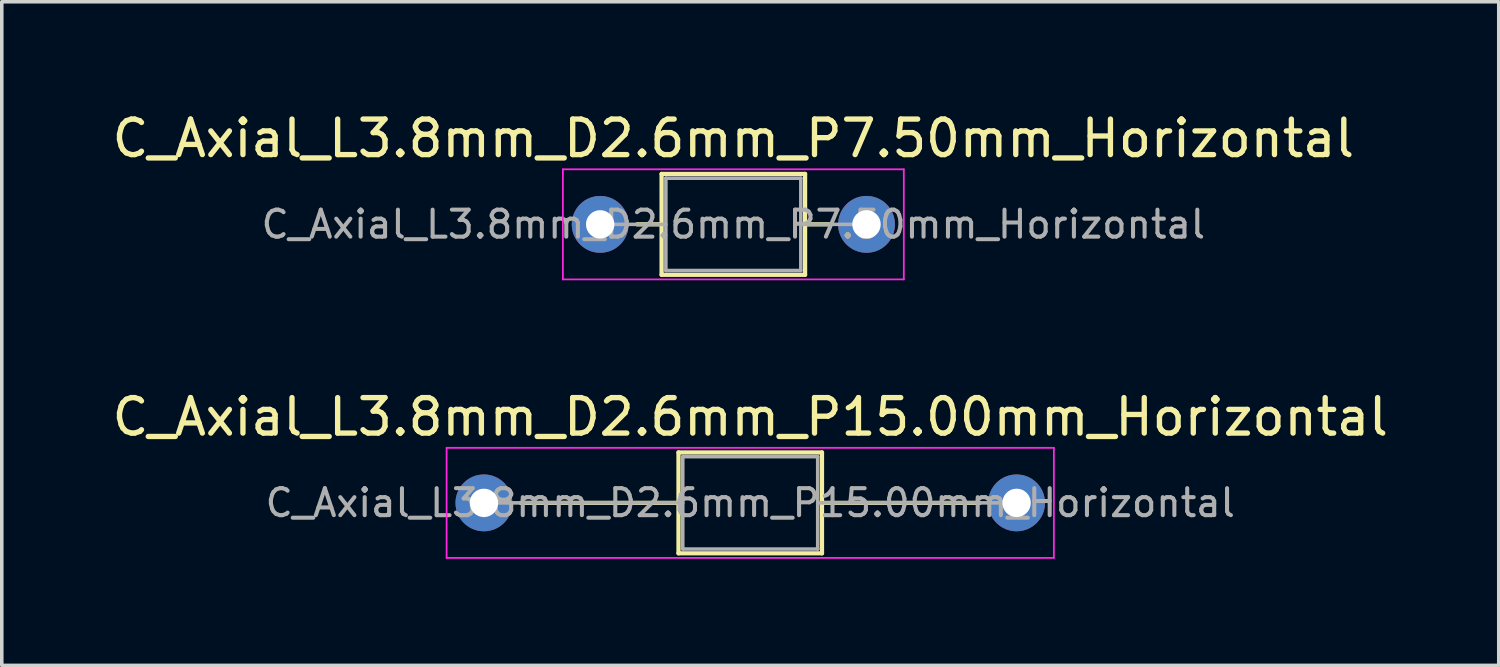
<source format=kicad_pcb>
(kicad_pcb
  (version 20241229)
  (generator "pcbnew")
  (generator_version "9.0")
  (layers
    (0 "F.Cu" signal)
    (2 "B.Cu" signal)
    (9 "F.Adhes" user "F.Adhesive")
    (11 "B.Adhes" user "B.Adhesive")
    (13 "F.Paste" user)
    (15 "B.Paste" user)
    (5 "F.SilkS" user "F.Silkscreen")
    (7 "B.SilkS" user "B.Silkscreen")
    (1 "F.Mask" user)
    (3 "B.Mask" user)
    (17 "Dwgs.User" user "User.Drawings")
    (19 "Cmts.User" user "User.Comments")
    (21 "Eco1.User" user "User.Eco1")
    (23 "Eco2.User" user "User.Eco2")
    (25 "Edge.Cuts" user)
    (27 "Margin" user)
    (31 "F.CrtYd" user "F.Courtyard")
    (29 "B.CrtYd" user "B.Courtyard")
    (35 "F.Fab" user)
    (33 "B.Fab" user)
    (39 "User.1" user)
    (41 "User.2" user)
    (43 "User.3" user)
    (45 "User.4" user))
  (footprint "C_Axial_L3.8mm_D2.6mm_P15.00mm_Horizontal"
    (layer "F.Cu")
    (at 10.577 11.111)
    (property "Reference" "C_Axial_L3.8mm_D2.6mm_P15.00mm_Horizontal" (at 7.5 -2.42 0) (layer "F.SilkS") (effects (font (size 1 1) (thickness 0.15))))
    (attr through_hole)
    (fp_line (start 1.04 0) (end 5.48 0) (stroke (width 0.12) (type solid)) (layer "F.SilkS"))
    (fp_line (start 5.48 -1.42) (end 5.48 1.42) (stroke (width 0.12) (type solid)) (layer "F.SilkS"))
    (fp_line (start 5.48 1.42) (end 9.52 1.42) (stroke (width 0.12) (type solid)) (layer "F.SilkS"))
    (fp_line (start 9.52 -1.42) (end 5.48 -1.42) (stroke (width 0.12) (type solid)) (layer "F.SilkS"))
    (fp_line (start 9.52 1.42) (end 9.52 -1.42) (stroke (width 0.12) (type solid)) (layer "F.SilkS"))
    (fp_line (start 13.96 0) (end 9.52 0) (stroke (width 0.12) (type solid)) (layer "F.SilkS"))
    (fp_line (start -1.05 -1.55) (end -1.05 1.55) (stroke (width 0.05) (type solid)) (layer "F.CrtYd"))
    (fp_line (start -1.05 1.55) (end 16.05 1.55) (stroke (width 0.05) (type solid)) (layer "F.CrtYd"))
    (fp_line (start 16.05 -1.55) (end -1.05 -1.55) (stroke (width 0.05) (type solid)) (layer "F.CrtYd"))
    (fp_line (start 16.05 1.55) (end 16.05 -1.55) (stroke (width 0.05) (type solid)) (layer "F.CrtYd"))
    (fp_line (start 0 0) (end 5.6 0) (stroke (width 0.1) (type solid)) (layer "F.Fab"))
    (fp_line (start 5.6 -1.3) (end 5.6 1.3) (stroke (width 0.1) (type solid)) (layer "F.Fab"))
    (fp_line (start 5.6 1.3) (end 9.4 1.3) (stroke (width 0.1) (type solid)) (layer "F.Fab"))
    (fp_line (start 9.4 -1.3) (end 5.6 -1.3) (stroke (width 0.1) (type solid)) (layer "F.Fab"))
    (fp_line (start 9.4 1.3) (end 9.4 -1.3) (stroke (width 0.1) (type solid)) (layer "F.Fab"))
    (fp_line (start 15 0) (end 9.4 0) (stroke (width 0.1) (type solid)) (layer "F.Fab"))
    (fp_text user "${REFERENCE}" (at 7.5 0 0) (layer "F.Fab") (effects (font (size 0.76 0.76) (thickness 0.114))))
    (pad "1" thru_hole circle (at 0 0) (size 1.6 1.6) (drill 0.8) (layers "*.Cu" "*.Mask"))
    (pad "2" thru_hole oval (at 15 0) (size 1.6 1.6) (drill 0.8) (layers "*.Cu" "*.Mask")))
  (footprint "C_Axial_L3.8mm_D2.6mm_P7.50mm_Horizontal"
    (layer "F.Cu")
    (at 13.851 3.268)
    (property "Reference" "C_Axial_L3.8mm_D2.6mm_P7.50mm_Horizontal" (at 3.75 -2.42 0) (layer "F.SilkS") (effects (font (size 1 1) (thickness 0.15))))
    (attr through_hole)
    (fp_line (start 1.04 0) (end 1.73 0) (stroke (width 0.12) (type solid)) (layer "F.SilkS"))
    (fp_line (start 1.73 -1.42) (end 1.73 1.42) (stroke (width 0.12) (type solid)) (layer "F.SilkS"))
    (fp_line (start 1.73 1.42) (end 5.77 1.42) (stroke (width 0.12) (type solid)) (layer "F.SilkS"))
    (fp_line (start 5.77 -1.42) (end 1.73 -1.42) (stroke (width 0.12) (type solid)) (layer "F.SilkS"))
    (fp_line (start 5.77 1.42) (end 5.77 -1.42) (stroke (width 0.12) (type solid)) (layer "F.SilkS"))
    (fp_line (start 6.46 0) (end 5.77 0) (stroke (width 0.12) (type solid)) (layer "F.SilkS"))
    (fp_line (start -1.05 -1.55) (end -1.05 1.55) (stroke (width 0.05) (type solid)) (layer "F.CrtYd"))
    (fp_line (start -1.05 1.55) (end 8.55 1.55) (stroke (width 0.05) (type solid)) (layer "F.CrtYd"))
    (fp_line (start 8.55 -1.55) (end -1.05 -1.55) (stroke (width 0.05) (type solid)) (layer "F.CrtYd"))
    (fp_line (start 8.55 1.55) (end 8.55 -1.55) (stroke (width 0.05) (type solid)) (layer "F.CrtYd"))
    (fp_line (start 0 0) (end 1.85 0) (stroke (width 0.1) (type solid)) (layer "F.Fab"))
    (fp_line (start 1.85 -1.3) (end 1.85 1.3) (stroke (width 0.1) (type solid)) (layer "F.Fab"))
    (fp_line (start 1.85 1.3) (end 5.65 1.3) (stroke (width 0.1) (type solid)) (layer "F.Fab"))
    (fp_line (start 5.65 -1.3) (end 1.85 -1.3) (stroke (width 0.1) (type solid)) (layer "F.Fab"))
    (fp_line (start 5.65 1.3) (end 5.65 -1.3) (stroke (width 0.1) (type solid)) (layer "F.Fab"))
    (fp_line (start 7.5 0) (end 5.65 0) (stroke (width 0.1) (type solid)) (layer "F.Fab"))
    (fp_text user "${REFERENCE}" (at 3.75 0 0) (layer "F.Fab") (effects (font (size 0.76 0.76) (thickness 0.114))))
    (pad "1" thru_hole circle (at 0 0) (size 1.6 1.6) (drill 0.8) (layers "*.Cu" "*.Mask"))
    (pad "2" thru_hole oval (at 7.5 0) (size 1.6 1.6) (drill 0.8) (layers "*.Cu" "*.Mask")))
  (gr_rect
    (start -3 -3)
    (end 39.155 15.687)
    (stroke (width 0.1) (type default))
    (fill no)
    (layer "Edge.Cuts")))
</source>
